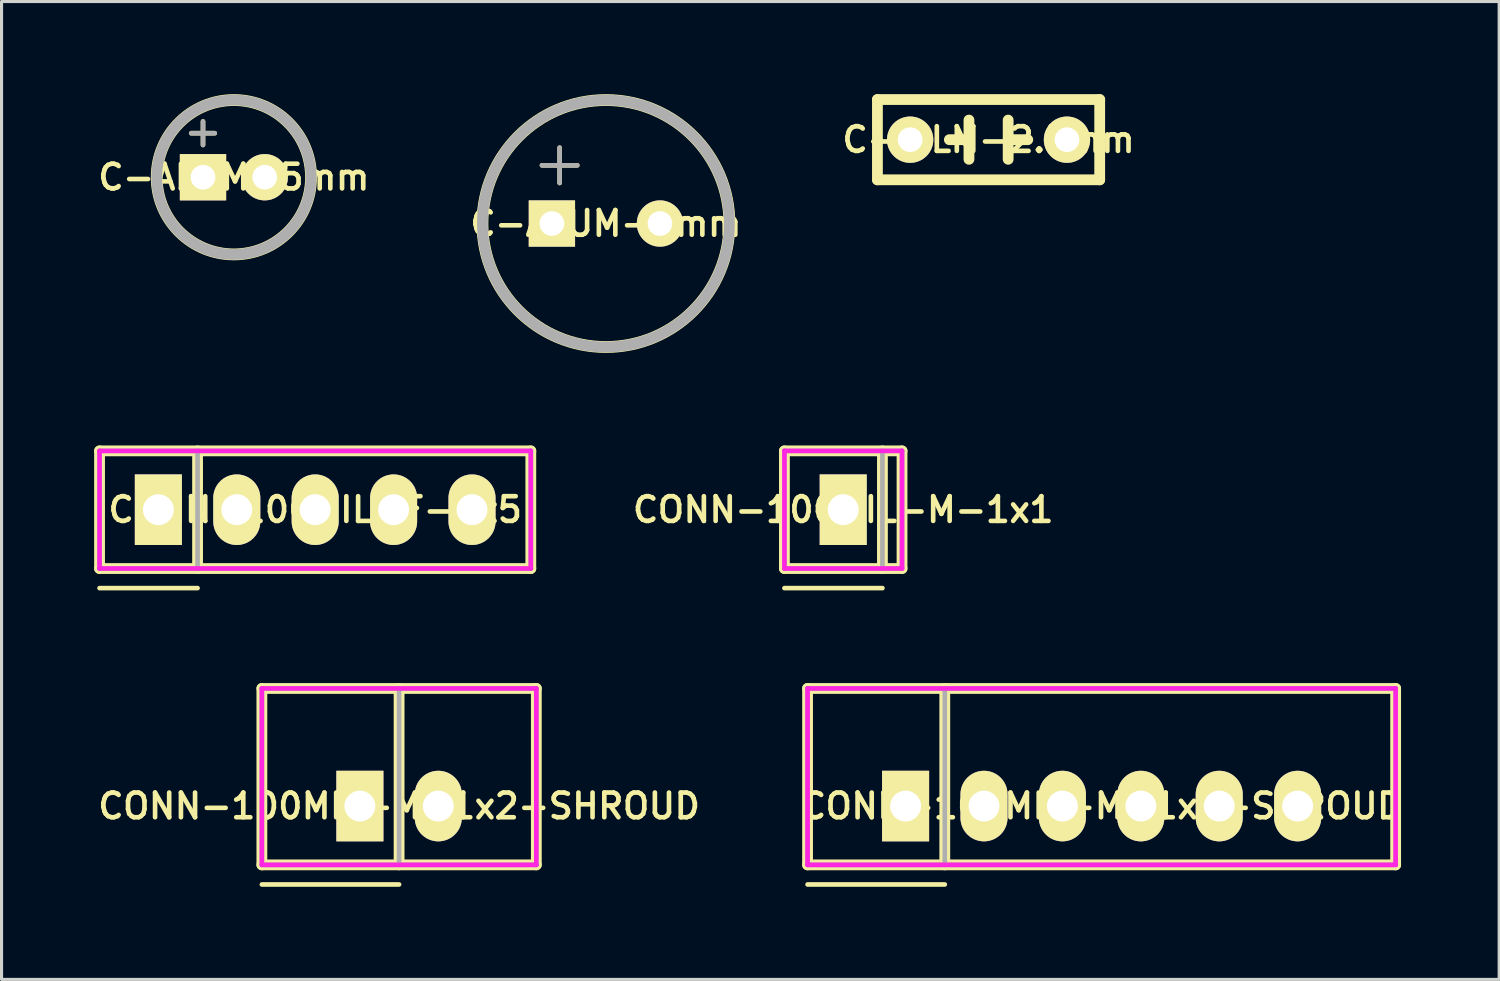
<source format=kicad_pcb>
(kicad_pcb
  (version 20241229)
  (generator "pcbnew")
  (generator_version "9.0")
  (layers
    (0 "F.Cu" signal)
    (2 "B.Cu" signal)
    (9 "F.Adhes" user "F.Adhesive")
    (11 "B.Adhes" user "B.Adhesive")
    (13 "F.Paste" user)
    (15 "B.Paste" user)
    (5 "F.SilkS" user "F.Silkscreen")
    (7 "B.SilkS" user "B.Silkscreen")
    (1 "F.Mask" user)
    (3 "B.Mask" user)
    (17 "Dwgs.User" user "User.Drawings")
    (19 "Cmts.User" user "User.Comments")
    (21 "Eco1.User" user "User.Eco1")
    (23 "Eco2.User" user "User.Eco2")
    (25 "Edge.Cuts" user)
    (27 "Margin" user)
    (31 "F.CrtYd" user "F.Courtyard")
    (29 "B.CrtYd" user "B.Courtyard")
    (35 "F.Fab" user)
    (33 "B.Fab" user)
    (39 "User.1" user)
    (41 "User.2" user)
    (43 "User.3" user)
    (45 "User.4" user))
  (footprint "CONN-100MIL-F-1x5"
    (layer "F.Cu")
    (at 7.16 13.461)
    (property "Reference" "CONN-100MIL-F-1x5" (at 0 0 0) (layer "F.SilkS") (effects (font (size 0.8 0.8) (thickness 0.15))))
    (attr through_hole)
    (fp_line (start -6.985 -1.905) (end 6.985 -1.905) (stroke (width 0.35) (type solid)) (layer "F.SilkS"))
    (fp_line (start -6.985 1.905) (end -6.985 -1.905) (stroke (width 0.35) (type solid)) (layer "F.SilkS"))
    (fp_line (start -6.985 2.54) (end -3.81 2.54) (stroke (width 0.15) (type solid)) (layer "F.SilkS"))
    (fp_line (start -3.81 -1.905) (end -3.81 1.905) (stroke (width 0.35) (type solid)) (layer "F.SilkS"))
    (fp_line (start 6.985 -1.905) (end 6.985 1.905) (stroke (width 0.35) (type solid)) (layer "F.SilkS"))
    (fp_line (start 6.985 1.905) (end -6.985 1.905) (stroke (width 0.35) (type solid)) (layer "F.SilkS"))
    (fp_line (start -6.985 -1.905) (end 6.985 -1.905) (stroke (width 0.15) (type solid)) (layer "F.CrtYd"))
    (fp_line (start -6.985 1.905) (end -6.985 -1.905) (stroke (width 0.15) (type solid)) (layer "F.CrtYd"))
    (fp_line (start 6.985 -1.905) (end 6.985 1.905) (stroke (width 0.15) (type solid)) (layer "F.CrtYd"))
    (fp_line (start 6.985 1.905) (end -6.985 1.905) (stroke (width 0.15) (type solid)) (layer "F.CrtYd"))
    (fp_line (start -6.985 -1.905) (end 6.985 -1.905) (stroke (width 0.15) (type solid)) (layer "F.Fab"))
    (fp_line (start -6.985 1.905) (end -6.985 -1.905) (stroke (width 0.15) (type solid)) (layer "F.Fab"))
    (fp_line (start -3.81 -1.905) (end -3.81 1.905) (stroke (width 0.15) (type solid)) (layer "F.Fab"))
    (fp_line (start 6.985 -1.905) (end 6.985 1.905) (stroke (width 0.15) (type solid)) (layer "F.Fab"))
    (fp_line (start 6.985 1.905) (end -6.985 1.905) (stroke (width 0.15) (type solid)) (layer "F.Fab"))
    (pad "1" thru_hole rect (at -5.08 0) (size 1.524 2.286) (drill 1) (layers "*.Cu" "*.Mask" "F.SilkS"))
    (pad "2" thru_hole oval (at -2.54 0) (size 1.524 2.286) (drill 1) (layers "*.Cu" "*.Mask" "F.SilkS"))
    (pad "3" thru_hole oval (at 0 0) (size 1.524 2.286) (drill 1) (layers "*.Cu" "*.Mask" "F.SilkS"))
    (pad "4" thru_hole oval (at 2.54 0) (size 1.524 2.286) (drill 1) (layers "*.Cu" "*.Mask" "F.SilkS"))
    (pad "5" thru_hole oval (at 5.08 0) (size 1.524 2.286) (drill 1) (layers "*.Cu" "*.Mask" "F.SilkS")))
  (footprint "CONN-100MIL-M-1x2-SHROUD"
    (layer "F.Cu")
    (at 9.878 23.061)
    (property "Reference" "CONN-100MIL-M-1x2-SHROUD" (at 0 0 0) (layer "F.SilkS") (effects (font (size 0.8 0.8) (thickness 0.15))))
    (attr through_hole)
    (fp_line (start -4.445 -3.81) (end 4.445 -3.81) (stroke (width 0.35) (type solid)) (layer "F.SilkS"))
    (fp_line (start -4.445 1.905) (end -4.445 -3.81) (stroke (width 0.35) (type solid)) (layer "F.SilkS"))
    (fp_line (start -4.445 2.54) (end 0 2.54) (stroke (width 0.15) (type solid)) (layer "F.SilkS"))
    (fp_line (start 0 -3.81) (end 0 1.905) (stroke (width 0.35) (type solid)) (layer "F.SilkS"))
    (fp_line (start 4.445 -3.81) (end 4.445 1.905) (stroke (width 0.35) (type solid)) (layer "F.SilkS"))
    (fp_line (start 4.445 1.905) (end -4.445 1.905) (stroke (width 0.35) (type solid)) (layer "F.SilkS"))
    (fp_line (start -4.445 -3.81) (end 4.445 -3.81) (stroke (width 0.15) (type solid)) (layer "F.CrtYd"))
    (fp_line (start -4.445 1.905) (end -4.445 -3.81) (stroke (width 0.15) (type solid)) (layer "F.CrtYd"))
    (fp_line (start 4.445 -3.81) (end 4.445 1.905) (stroke (width 0.15) (type solid)) (layer "F.CrtYd"))
    (fp_line (start 4.445 1.905) (end -4.445 1.905) (stroke (width 0.15) (type solid)) (layer "F.CrtYd"))
    (fp_line (start -4.445 -3.81) (end 4.445 -3.81) (stroke (width 0.15) (type solid)) (layer "F.Fab"))
    (fp_line (start -4.445 1.905) (end -4.445 -3.81) (stroke (width 0.15) (type solid)) (layer "F.Fab"))
    (fp_line (start 0 -3.81) (end 0 1.905) (stroke (width 0.15) (type solid)) (layer "F.Fab"))
    (fp_line (start 4.445 -3.81) (end 4.445 1.905) (stroke (width 0.15) (type solid)) (layer "F.Fab"))
    (fp_line (start 4.445 1.905) (end -4.445 1.905) (stroke (width 0.15) (type solid)) (layer "F.Fab"))
    (pad "1" thru_hole rect (at -1.27 0) (size 1.524 2.286) (drill 1) (layers "*.Cu" "*.Mask" "F.SilkS"))
    (pad "2" thru_hole oval (at 1.27 0) (size 1.524 2.286) (drill 1) (layers "*.Cu" "*.Mask" "F.SilkS")))
  (footprint "C-ALUM-8mm"
    (layer "F.Cu")
    (at 16.578 4.191)
    (property "Reference" "C-ALUM-8mm" (at 0 0 0) (layer "F.SilkS") (effects (font (size 0.8 0.8) (thickness 0.15))))
    (attr through_hole)
    (fp_circle (center 0 0) (end 4 0) (stroke (width 0.381) (type solid)) (fill no) (layer "F.SilkS"))
    (fp_circle (center 0 0) (end 4 0) (stroke (width 0.35) (type solid)) (fill no) (layer "F.Fab"))
    (fp_text user "+" (at -1.5 -2 0) (layer "F.SilkS") (effects (font (size 1.5 1.5) (thickness 0.15))))
    (fp_text user "+" (at -1.5 -2 0) (layer "F.Fab") (effects (font (size 1.5 1.5) (thickness 0.15))))
    (pad "1" thru_hole rect (at -1.75 0) (size 1.5 1.5) (drill 0.8) (layers "*.Cu" "*.Mask" "F.SilkS"))
    (pad "2" thru_hole circle (at 1.75 0) (size 1.5 1.5) (drill 0.8) (layers "*.Cu" "*.Mask" "F.SilkS")))
  (footprint "C-FILM-2.5mm"
    (layer "F.Cu")
    (at 28.973 1.475)
    (property "Reference" "C-FILM-2.5mm" (at 0 0 0) (layer "F.SilkS") (effects (font (size 0.8 0.8) (thickness 0.15))))
    (attr through_hole)
    (fp_line (start -3.6 -1.3) (end 3.6 -1.3) (stroke (width 0.35) (type solid)) (layer "F.SilkS"))
    (fp_line (start -3.6 1.3) (end -3.6 -1.3) (stroke (width 0.35) (type solid)) (layer "F.SilkS"))
    (fp_line (start -1.27 0) (end -0.635 0) (stroke (width 0.35) (type solid)) (layer "F.SilkS"))
    (fp_line (start -0.635 -0.635) (end -0.635 0.635) (stroke (width 0.35) (type solid)) (layer "F.SilkS"))
    (fp_line (start 0.635 -0.635) (end 0.635 0.635) (stroke (width 0.35) (type solid)) (layer "F.SilkS"))
    (fp_line (start 0.635 0) (end 1.27 0) (stroke (width 0.35) (type solid)) (layer "F.SilkS"))
    (fp_line (start 3.6 -1.3) (end 3.6 1.3) (stroke (width 0.35) (type solid)) (layer "F.SilkS"))
    (fp_line (start 3.6 1.3) (end -3.6 1.3) (stroke (width 0.35) (type solid)) (layer "F.SilkS"))
    (pad "1" thru_hole circle (at -2.54 0) (size 1.5 1.5) (drill 0.8) (layers "*.Cu" "*.Mask" "F.SilkS"))
    (pad "2" thru_hole circle (at 2.54 0) (size 1.5 1.5) (drill 0.8) (layers "*.Cu" "*.Mask" "F.SilkS")))
  (footprint "C-ALUM-5mm"
    (layer "F.Cu")
    (at 4.526 2.691)
    (property "Reference" "C-ALUM-5mm" (at 0 0 0) (layer "F.SilkS") (effects (font (size 0.8 0.8) (thickness 0.15))))
    (attr through_hole)
    (fp_circle (center 0 0) (end 2.5 0) (stroke (width 0.381) (type solid)) (fill no) (layer "F.SilkS"))
    (fp_circle (center 0 0) (end 2.5 0) (stroke (width 0.35) (type solid)) (fill no) (layer "F.Fab"))
    (fp_text user "+" (at -1 -1.5 0) (layer "F.SilkS") (effects (font (size 1 1) (thickness 0.15))))
    (fp_text user "+" (at -1 -1.5 0) (layer "F.Fab") (effects (font (size 1 1) (thickness 0.15))))
    (pad "1" thru_hole rect (at -1 0) (size 1.5 1.5) (drill 0.8) (layers "*.Cu" "*.Mask" "F.SilkS"))
    (pad "2" thru_hole circle (at 1 0) (size 1.5 1.5) (drill 0.8) (layers "*.Cu" "*.Mask" "F.SilkS")))
  (footprint "CONN-100MIL-M-1x6-SHROUD"
    (layer "F.Cu")
    (at 32.635 23.061)
    (property "Reference" "CONN-100MIL-M-1x6-SHROUD" (at 0 0 0) (layer "F.SilkS") (effects (font (size 0.8 0.8) (thickness 0.15))))
    (attr through_hole)
    (fp_line (start -9.525 -3.81) (end 9.525 -3.81) (stroke (width 0.35) (type solid)) (layer "F.SilkS"))
    (fp_line (start -9.525 1.905) (end -9.525 -3.81) (stroke (width 0.35) (type solid)) (layer "F.SilkS"))
    (fp_line (start -9.525 2.54) (end -5.08 2.54) (stroke (width 0.15) (type solid)) (layer "F.SilkS"))
    (fp_line (start -5.08 -3.81) (end -5.08 1.905) (stroke (width 0.35) (type solid)) (layer "F.SilkS"))
    (fp_line (start 9.525 -3.81) (end 9.525 1.905) (stroke (width 0.35) (type solid)) (layer "F.SilkS"))
    (fp_line (start 9.525 1.905) (end -9.525 1.905) (stroke (width 0.35) (type solid)) (layer "F.SilkS"))
    (fp_line (start -9.525 -3.81) (end 9.525 -3.81) (stroke (width 0.15) (type solid)) (layer "F.CrtYd"))
    (fp_line (start -9.525 1.905) (end -9.525 -3.81) (stroke (width 0.15) (type solid)) (layer "F.CrtYd"))
    (fp_line (start 9.525 -3.81) (end 9.525 1.905) (stroke (width 0.15) (type solid)) (layer "F.CrtYd"))
    (fp_line (start 9.525 1.905) (end -9.525 1.905) (stroke (width 0.15) (type solid)) (layer "F.CrtYd"))
    (fp_line (start -9.525 -3.81) (end 9.525 -3.81) (stroke (width 0.15) (type solid)) (layer "F.Fab"))
    (fp_line (start -9.525 1.905) (end -9.525 -3.81) (stroke (width 0.15) (type solid)) (layer "F.Fab"))
    (fp_line (start -5.08 -3.81) (end -5.08 1.905) (stroke (width 0.15) (type solid)) (layer "F.Fab"))
    (fp_line (start 9.525 -3.81) (end 9.525 1.905) (stroke (width 0.15) (type solid)) (layer "F.Fab"))
    (fp_line (start 9.525 1.905) (end -9.525 1.905) (stroke (width 0.15) (type solid)) (layer "F.Fab"))
    (pad "1" thru_hole rect (at -6.35 0) (size 1.524 2.286) (drill 1) (layers "*.Cu" "*.Mask" "F.SilkS"))
    (pad "2" thru_hole oval (at -3.81 0) (size 1.524 2.286) (drill 1) (layers "*.Cu" "*.Mask" "F.SilkS"))
    (pad "3" thru_hole oval (at -1.27 0) (size 1.524 2.286) (drill 1) (layers "*.Cu" "*.Mask" "F.SilkS"))
    (pad "4" thru_hole oval (at 1.27 0) (size 1.524 2.286) (drill 1) (layers "*.Cu" "*.Mask" "F.SilkS"))
    (pad "5" thru_hole oval (at 3.81 0) (size 1.524 2.286) (drill 1) (layers "*.Cu" "*.Mask" "F.SilkS"))
    (pad "6" thru_hole oval (at 6.35 0) (size 1.524 2.286) (drill 1) (layers "*.Cu" "*.Mask" "F.SilkS")))
  (footprint "CONN-100MIL-M-1x1"
    (layer "F.Cu")
    (at 24.265 13.461)
    (property "Reference" "CONN-100MIL-M-1x1" (at 0 0 0) (layer "F.SilkS") (effects (font (size 0.8 0.8) (thickness 0.15))))
    (attr through_hole)
    (fp_line (start -1.905 -1.905) (end 1.905 -1.905) (stroke (width 0.35) (type solid)) (layer "F.SilkS"))
    (fp_line (start -1.905 1.905) (end -1.905 -1.905) (stroke (width 0.35) (type solid)) (layer "F.SilkS"))
    (fp_line (start -1.905 2.54) (end 1.27 2.54) (stroke (width 0.15) (type solid)) (layer "F.SilkS"))
    (fp_line (start 1.27 -1.905) (end 1.27 1.905) (stroke (width 0.35) (type solid)) (layer "F.SilkS"))
    (fp_line (start 1.905 -1.905) (end 1.905 1.905) (stroke (width 0.35) (type solid)) (layer "F.SilkS"))
    (fp_line (start 1.905 1.905) (end -1.905 1.905) (stroke (width 0.35) (type solid)) (layer "F.SilkS"))
    (fp_line (start -1.905 -1.905) (end 1.905 -1.905) (stroke (width 0.15) (type solid)) (layer "F.CrtYd"))
    (fp_line (start -1.905 1.905) (end -1.905 -1.905) (stroke (width 0.15) (type solid)) (layer "F.CrtYd"))
    (fp_line (start 1.905 -1.905) (end 1.905 1.905) (stroke (width 0.15) (type solid)) (layer "F.CrtYd"))
    (fp_line (start 1.905 1.905) (end -1.905 1.905) (stroke (width 0.15) (type solid)) (layer "F.CrtYd"))
    (fp_line (start -1.905 -1.905) (end 1.905 -1.905) (stroke (width 0.15) (type solid)) (layer "F.Fab"))
    (fp_line (start -1.905 1.905) (end -1.905 -1.905) (stroke (width 0.15) (type solid)) (layer "F.Fab"))
    (fp_line (start 1.27 -1.905) (end 1.27 1.905) (stroke (width 0.15) (type solid)) (layer "F.Fab"))
    (fp_line (start 1.905 -1.905) (end 1.905 1.905) (stroke (width 0.15) (type solid)) (layer "F.Fab"))
    (fp_line (start 1.905 1.905) (end -1.905 1.905) (stroke (width 0.15) (type solid)) (layer "F.Fab"))
    (pad "1" thru_hole rect (at 0 0) (size 1.524 2.286) (drill 1) (layers "*.Cu" "*.Mask" "F.SilkS")))
  (gr_rect
    (start -3 -3)
    (end 45.513 28.676)
    (stroke (width 0.1) (type default))
    (fill no)
    (layer "Edge.Cuts")))
</source>
